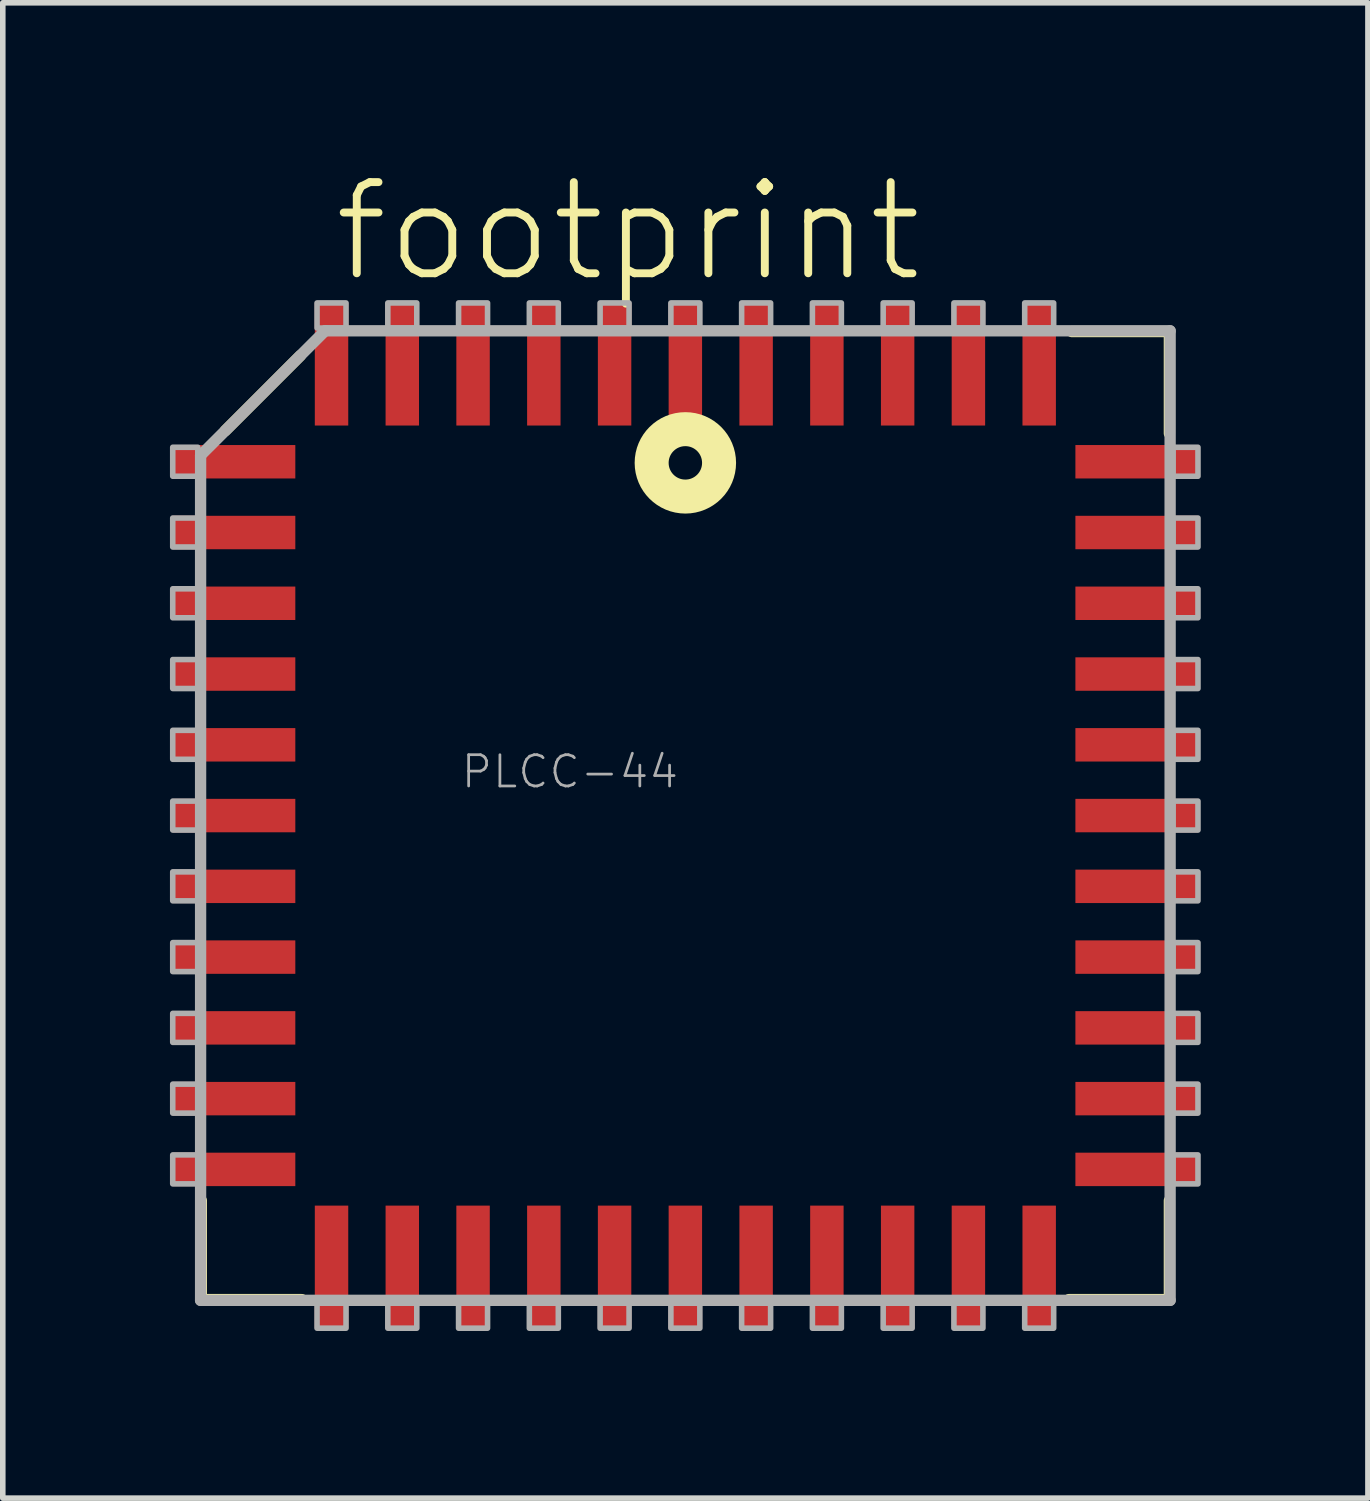
<source format=kicad_pcb>
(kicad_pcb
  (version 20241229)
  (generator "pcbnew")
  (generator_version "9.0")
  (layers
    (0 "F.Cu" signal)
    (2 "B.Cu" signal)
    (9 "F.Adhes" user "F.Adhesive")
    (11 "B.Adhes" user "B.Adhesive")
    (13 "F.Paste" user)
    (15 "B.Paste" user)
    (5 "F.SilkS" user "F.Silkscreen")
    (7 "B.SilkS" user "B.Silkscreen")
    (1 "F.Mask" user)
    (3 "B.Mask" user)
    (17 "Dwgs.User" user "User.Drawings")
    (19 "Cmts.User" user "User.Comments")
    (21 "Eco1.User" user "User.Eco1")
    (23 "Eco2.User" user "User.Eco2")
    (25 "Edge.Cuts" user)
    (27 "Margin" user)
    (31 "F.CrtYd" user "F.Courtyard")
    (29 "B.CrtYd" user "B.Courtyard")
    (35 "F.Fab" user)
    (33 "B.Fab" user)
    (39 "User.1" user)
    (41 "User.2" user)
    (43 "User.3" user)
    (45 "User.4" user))
  (footprint "footprint"
    (layer "F.Cu")
    (at 9.25 11.587)
    (property "Reference" "footprint" (at -6.38 -9.525 0) (layer "F.SilkS") (effects (font (size 1.636 1.636) (thickness 0.142)) (justify left bottom)))
    (fp_line (start -8.687 6.909) (end -8.687 8.687) (stroke (width 0.203) (type solid)) (layer "F.SilkS"))
    (fp_line (start -8.687 8.687) (end -6.883 8.687) (stroke (width 0.203) (type solid)) (layer "F.SilkS"))
    (fp_line (start -8.255 -6.909) (end -6.909 -8.255) (stroke (width 0.203) (type solid)) (layer "F.SilkS"))
    (fp_line (start 6.883 8.687) (end 8.687 8.687) (stroke (width 0.203) (type solid)) (layer "F.SilkS"))
    (fp_line (start 8.687 -8.687) (end 6.934 -8.687) (stroke (width 0.203) (type solid)) (layer "F.SilkS"))
    (fp_line (start 8.687 -6.858) (end 8.687 -8.687) (stroke (width 0.203) (type solid)) (layer "F.SilkS"))
    (fp_line (start 8.687 8.687) (end 8.687 6.909) (stroke (width 0.203) (type solid)) (layer "F.SilkS"))
    (fp_circle (center 0 -6.33) (end 0.3 -6.33) (stroke (width 0.61) (type solid)) (fill no) (layer "F.SilkS"))
    (fp_line (start -8.7 -6.465) (end -8.7 8.7) (stroke (width 0.203) (type solid)) (layer "F.Fab"))
    (fp_line (start -8.7 8.7) (end 8.7 8.7) (stroke (width 0.203) (type solid)) (layer "F.Fab"))
    (fp_line (start -6.465 -8.7) (end -8.7 -6.465) (stroke (width 0.203) (type solid)) (layer "F.Fab"))
    (fp_line (start 8.7 -8.7) (end -6.465 -8.7) (stroke (width 0.203) (type solid)) (layer "F.Fab"))
    (fp_line (start 8.7 8.7) (end 8.7 -8.7) (stroke (width 0.203) (type solid)) (layer "F.Fab"))
    (fp_poly (pts (xy -9.2 -6.09) (xy -8.75 -6.09) (xy -8.75 -6.61) (xy -9.2 -6.61)) (stroke (width 0.1) (type solid)) (fill no) (layer "F.Fab"))
    (fp_poly (pts (xy -9.2 -4.82) (xy -8.75 -4.82) (xy -8.75 -5.34) (xy -9.2 -5.34)) (stroke (width 0.1) (type solid)) (fill no) (layer "F.Fab"))
    (fp_poly (pts (xy -9.2 -3.55) (xy -8.75 -3.55) (xy -8.75 -4.07) (xy -9.2 -4.07)) (stroke (width 0.1) (type solid)) (fill no) (layer "F.Fab"))
    (fp_poly (pts (xy -9.2 -2.28) (xy -8.75 -2.28) (xy -8.75 -2.8) (xy -9.2 -2.8)) (stroke (width 0.1) (type solid)) (fill no) (layer "F.Fab"))
    (fp_poly (pts (xy -9.2 -1.01) (xy -8.75 -1.01) (xy -8.75 -1.53) (xy -9.2 -1.53)) (stroke (width 0.1) (type solid)) (fill no) (layer "F.Fab"))
    (fp_poly (pts (xy -9.2 0.26) (xy -8.75 0.26) (xy -8.75 -0.26) (xy -9.2 -0.26)) (stroke (width 0.1) (type solid)) (fill no) (layer "F.Fab"))
    (fp_poly (pts (xy -9.2 1.53) (xy -8.75 1.53) (xy -8.75 1.01) (xy -9.2 1.01)) (stroke (width 0.1) (type solid)) (fill no) (layer "F.Fab"))
    (fp_poly (pts (xy -9.2 2.8) (xy -8.75 2.8) (xy -8.75 2.28) (xy -9.2 2.28)) (stroke (width 0.1) (type solid)) (fill no) (layer "F.Fab"))
    (fp_poly (pts (xy -9.2 4.07) (xy -8.75 4.07) (xy -8.75 3.55) (xy -9.2 3.55)) (stroke (width 0.1) (type solid)) (fill no) (layer "F.Fab"))
    (fp_poly (pts (xy -9.2 5.34) (xy -8.75 5.34) (xy -8.75 4.82) (xy -9.2 4.82)) (stroke (width 0.1) (type solid)) (fill no) (layer "F.Fab"))
    (fp_poly (pts (xy -9.2 6.61) (xy -8.75 6.61) (xy -8.75 6.09) (xy -9.2 6.09)) (stroke (width 0.1) (type solid)) (fill no) (layer "F.Fab"))
    (fp_poly (pts (xy -6.61 -8.75) (xy -6.09 -8.75) (xy -6.09 -9.2) (xy -6.61 -9.2)) (stroke (width 0.1) (type solid)) (fill no) (layer "F.Fab"))
    (fp_poly (pts (xy -6.61 9.2) (xy -6.09 9.2) (xy -6.09 8.75) (xy -6.61 8.75)) (stroke (width 0.1) (type solid)) (fill no) (layer "F.Fab"))
    (fp_poly (pts (xy -5.34 -8.75) (xy -4.82 -8.75) (xy -4.82 -9.2) (xy -5.34 -9.2)) (stroke (width 0.1) (type solid)) (fill no) (layer "F.Fab"))
    (fp_poly (pts (xy -5.34 9.2) (xy -4.82 9.2) (xy -4.82 8.75) (xy -5.34 8.75)) (stroke (width 0.1) (type solid)) (fill no) (layer "F.Fab"))
    (fp_poly (pts (xy -4.07 -8.75) (xy -3.55 -8.75) (xy -3.55 -9.2) (xy -4.07 -9.2)) (stroke (width 0.1) (type solid)) (fill no) (layer "F.Fab"))
    (fp_poly (pts (xy -4.07 9.2) (xy -3.55 9.2) (xy -3.55 8.75) (xy -4.07 8.75)) (stroke (width 0.1) (type solid)) (fill no) (layer "F.Fab"))
    (fp_poly (pts (xy -2.8 -8.75) (xy -2.28 -8.75) (xy -2.28 -9.2) (xy -2.8 -9.2)) (stroke (width 0.1) (type solid)) (fill no) (layer "F.Fab"))
    (fp_poly (pts (xy -2.8 9.2) (xy -2.28 9.2) (xy -2.28 8.75) (xy -2.8 8.75)) (stroke (width 0.1) (type solid)) (fill no) (layer "F.Fab"))
    (fp_poly (pts (xy -1.53 -8.75) (xy -1.01 -8.75) (xy -1.01 -9.2) (xy -1.53 -9.2)) (stroke (width 0.1) (type solid)) (fill no) (layer "F.Fab"))
    (fp_poly (pts (xy -1.53 9.2) (xy -1.01 9.2) (xy -1.01 8.75) (xy -1.53 8.75)) (stroke (width 0.1) (type solid)) (fill no) (layer "F.Fab"))
    (fp_poly (pts (xy -0.26 -8.75) (xy 0.26 -8.75) (xy 0.26 -9.2) (xy -0.26 -9.2)) (stroke (width 0.1) (type solid)) (fill no) (layer "F.Fab"))
    (fp_poly (pts (xy -0.26 9.2) (xy 0.26 9.2) (xy 0.26 8.75) (xy -0.26 8.75)) (stroke (width 0.1) (type solid)) (fill no) (layer "F.Fab"))
    (fp_poly (pts (xy 1.01 -8.75) (xy 1.53 -8.75) (xy 1.53 -9.2) (xy 1.01 -9.2)) (stroke (width 0.1) (type solid)) (fill no) (layer "F.Fab"))
    (fp_poly (pts (xy 1.01 9.2) (xy 1.53 9.2) (xy 1.53 8.75) (xy 1.01 8.75)) (stroke (width 0.1) (type solid)) (fill no) (layer "F.Fab"))
    (fp_poly (pts (xy 2.28 -8.75) (xy 2.8 -8.75) (xy 2.8 -9.2) (xy 2.28 -9.2)) (stroke (width 0.1) (type solid)) (fill no) (layer "F.Fab"))
    (fp_poly (pts (xy 2.28 9.2) (xy 2.8 9.2) (xy 2.8 8.75) (xy 2.28 8.75)) (stroke (width 0.1) (type solid)) (fill no) (layer "F.Fab"))
    (fp_poly (pts (xy 3.55 -8.75) (xy 4.07 -8.75) (xy 4.07 -9.2) (xy 3.55 -9.2)) (stroke (width 0.1) (type solid)) (fill no) (layer "F.Fab"))
    (fp_poly (pts (xy 3.55 9.2) (xy 4.07 9.2) (xy 4.07 8.75) (xy 3.55 8.75)) (stroke (width 0.1) (type solid)) (fill no) (layer "F.Fab"))
    (fp_poly (pts (xy 4.82 -8.75) (xy 5.34 -8.75) (xy 5.34 -9.2) (xy 4.82 -9.2)) (stroke (width 0.1) (type solid)) (fill no) (layer "F.Fab"))
    (fp_poly (pts (xy 4.82 9.2) (xy 5.34 9.2) (xy 5.34 8.75) (xy 4.82 8.75)) (stroke (width 0.1) (type solid)) (fill no) (layer "F.Fab"))
    (fp_poly (pts (xy 6.09 -8.75) (xy 6.61 -8.75) (xy 6.61 -9.2) (xy 6.09 -9.2)) (stroke (width 0.1) (type solid)) (fill no) (layer "F.Fab"))
    (fp_poly (pts (xy 6.09 9.2) (xy 6.61 9.2) (xy 6.61 8.75) (xy 6.09 8.75)) (stroke (width 0.1) (type solid)) (fill no) (layer "F.Fab"))
    (fp_poly (pts (xy 8.75 -6.09) (xy 9.2 -6.09) (xy 9.2 -6.61) (xy 8.75 -6.61)) (stroke (width 0.1) (type solid)) (fill no) (layer "F.Fab"))
    (fp_poly (pts (xy 8.75 -4.82) (xy 9.2 -4.82) (xy 9.2 -5.34) (xy 8.75 -5.34)) (stroke (width 0.1) (type solid)) (fill no) (layer "F.Fab"))
    (fp_poly (pts (xy 8.75 -3.55) (xy 9.2 -3.55) (xy 9.2 -4.07) (xy 8.75 -4.07)) (stroke (width 0.1) (type solid)) (fill no) (layer "F.Fab"))
    (fp_poly (pts (xy 8.75 -2.28) (xy 9.2 -2.28) (xy 9.2 -2.8) (xy 8.75 -2.8)) (stroke (width 0.1) (type solid)) (fill no) (layer "F.Fab"))
    (fp_poly (pts (xy 8.75 -1.01) (xy 9.2 -1.01) (xy 9.2 -1.53) (xy 8.75 -1.53)) (stroke (width 0.1) (type solid)) (fill no) (layer "F.Fab"))
    (fp_poly (pts (xy 8.75 0.26) (xy 9.2 0.26) (xy 9.2 -0.26) (xy 8.75 -0.26)) (stroke (width 0.1) (type solid)) (fill no) (layer "F.Fab"))
    (fp_poly (pts (xy 8.75 1.53) (xy 9.2 1.53) (xy 9.2 1.01) (xy 8.75 1.01)) (stroke (width 0.1) (type solid)) (fill no) (layer "F.Fab"))
    (fp_poly (pts (xy 8.75 2.8) (xy 9.2 2.8) (xy 9.2 2.28) (xy 8.75 2.28)) (stroke (width 0.1) (type solid)) (fill no) (layer "F.Fab"))
    (fp_poly (pts (xy 8.75 4.07) (xy 9.2 4.07) (xy 9.2 3.55) (xy 8.75 3.55)) (stroke (width 0.1) (type solid)) (fill no) (layer "F.Fab"))
    (fp_poly (pts (xy 8.75 5.34) (xy 9.2 5.34) (xy 9.2 4.82) (xy 8.75 4.82)) (stroke (width 0.1) (type solid)) (fill no) (layer "F.Fab"))
    (fp_poly (pts (xy 8.75 6.61) (xy 9.2 6.61) (xy 9.2 6.09) (xy 8.75 6.09)) (stroke (width 0.1) (type solid)) (fill no) (layer "F.Fab"))
    (fp_text user "PLCC-44" (at -4.055 -0.46 0) (layer "F.Fab") (effects (font (size 0.561 0.561) (thickness 0.049)) (justify left bottom)))
    (pad "1" smd rect (at 0 -8.1) (size 0.6 2.2) (layers "F.Cu" "F.Mask" "F.Paste"))
    (pad "2" smd rect (at -1.27 -8.1) (size 0.6 2.2) (layers "F.Cu" "F.Mask" "F.Paste"))
    (pad "3" smd rect (at -2.54 -8.1) (size 0.6 2.2) (layers "F.Cu" "F.Mask" "F.Paste"))
    (pad "4" smd rect (at -3.81 -8.1) (size 0.6 2.2) (layers "F.Cu" "F.Mask" "F.Paste"))
    (pad "5" smd rect (at -5.08 -8.1) (size 0.6 2.2) (layers "F.Cu" "F.Mask" "F.Paste"))
    (pad "6" smd rect (at -6.35 -8.1) (size 0.6 2.2) (layers "F.Cu" "F.Mask" "F.Paste"))
    (pad "7" smd rect (at -8.1 -6.35) (size 2.2 0.6) (layers "F.Cu" "F.Mask" "F.Paste"))
    (pad "8" smd rect (at -8.1 -5.08) (size 2.2 0.6) (layers "F.Cu" "F.Mask" "F.Paste"))
    (pad "9" smd rect (at -8.1 -3.81) (size 2.2 0.6) (layers "F.Cu" "F.Mask" "F.Paste"))
    (pad "10" smd rect (at -8.1 -2.54) (size 2.2 0.6) (layers "F.Cu" "F.Mask" "F.Paste"))
    (pad "11" smd rect (at -8.1 -1.27) (size 2.2 0.6) (layers "F.Cu" "F.Mask" "F.Paste"))
    (pad "12" smd rect (at -8.1 0) (size 2.2 0.6) (layers "F.Cu" "F.Mask" "F.Paste"))
    (pad "13" smd rect (at -8.1 1.27) (size 2.2 0.6) (layers "F.Cu" "F.Mask" "F.Paste"))
    (pad "14" smd rect (at -8.1 2.54) (size 2.2 0.6) (layers "F.Cu" "F.Mask" "F.Paste"))
    (pad "15" smd rect (at -8.1 3.81) (size 2.2 0.6) (layers "F.Cu" "F.Mask" "F.Paste"))
    (pad "16" smd rect (at -8.1 5.08) (size 2.2 0.6) (layers "F.Cu" "F.Mask" "F.Paste"))
    (pad "17" smd rect (at -8.1 6.35) (size 2.2 0.6) (layers "F.Cu" "F.Mask" "F.Paste"))
    (pad "18" smd rect (at -6.35 8.1) (size 0.6 2.2) (layers "F.Cu" "F.Mask" "F.Paste"))
    (pad "19" smd rect (at -5.08 8.1) (size 0.6 2.2) (layers "F.Cu" "F.Mask" "F.Paste"))
    (pad "20" smd rect (at -3.81 8.1) (size 0.6 2.2) (layers "F.Cu" "F.Mask" "F.Paste"))
    (pad "21" smd rect (at -2.54 8.1) (size 0.6 2.2) (layers "F.Cu" "F.Mask" "F.Paste"))
    (pad "22" smd rect (at -1.27 8.1) (size 0.6 2.2) (layers "F.Cu" "F.Mask" "F.Paste"))
    (pad "23" smd rect (at 0 8.1) (size 0.6 2.2) (layers "F.Cu" "F.Mask" "F.Paste"))
    (pad "24" smd rect (at 1.27 8.1) (size 0.6 2.2) (layers "F.Cu" "F.Mask" "F.Paste"))
    (pad "25" smd rect (at 2.54 8.1) (size 0.6 2.2) (layers "F.Cu" "F.Mask" "F.Paste"))
    (pad "26" smd rect (at 3.81 8.1) (size 0.6 2.2) (layers "F.Cu" "F.Mask" "F.Paste"))
    (pad "27" smd rect (at 5.08 8.1) (size 0.6 2.2) (layers "F.Cu" "F.Mask" "F.Paste"))
    (pad "28" smd rect (at 6.35 8.1) (size 0.6 2.2) (layers "F.Cu" "F.Mask" "F.Paste"))
    (pad "29" smd rect (at 8.1 6.35) (size 2.2 0.6) (layers "F.Cu" "F.Mask" "F.Paste"))
    (pad "30" smd rect (at 8.1 5.08) (size 2.2 0.6) (layers "F.Cu" "F.Mask" "F.Paste"))
    (pad "31" smd rect (at 8.1 3.81) (size 2.2 0.6) (layers "F.Cu" "F.Mask" "F.Paste"))
    (pad "32" smd rect (at 8.1 2.54) (size 2.2 0.6) (layers "F.Cu" "F.Mask" "F.Paste"))
    (pad "33" smd rect (at 8.1 1.27) (size 2.2 0.6) (layers "F.Cu" "F.Mask" "F.Paste"))
    (pad "34" smd rect (at 8.1 0) (size 2.2 0.6) (layers "F.Cu" "F.Mask" "F.Paste"))
    (pad "35" smd rect (at 8.1 -1.27) (size 2.2 0.6) (layers "F.Cu" "F.Mask" "F.Paste"))
    (pad "36" smd rect (at 8.1 -2.54) (size 2.2 0.6) (layers "F.Cu" "F.Mask" "F.Paste"))
    (pad "37" smd rect (at 8.1 -3.81) (size 2.2 0.6) (layers "F.Cu" "F.Mask" "F.Paste"))
    (pad "38" smd rect (at 8.1 -5.08) (size 2.2 0.6) (layers "F.Cu" "F.Mask" "F.Paste"))
    (pad "39" smd rect (at 8.1 -6.35) (size 2.2 0.6) (layers "F.Cu" "F.Mask" "F.Paste"))
    (pad "40" smd rect (at 6.35 -8.1) (size 0.6 2.2) (layers "F.Cu" "F.Mask" "F.Paste"))
    (pad "41" smd rect (at 5.08 -8.1) (size 0.6 2.2) (layers "F.Cu" "F.Mask" "F.Paste"))
    (pad "42" smd rect (at 3.81 -8.1) (size 0.6 2.2) (layers "F.Cu" "F.Mask" "F.Paste"))
    (pad "43" smd rect (at 2.54 -8.1) (size 0.6 2.2) (layers "F.Cu" "F.Mask" "F.Paste"))
    (pad "44" smd rect (at 1.27 -8.1) (size 0.6 2.2) (layers "F.Cu" "F.Mask" "F.Paste")))
  (gr_rect
    (start -3 -3)
    (end 21.5 23.837)
    (stroke (width 0.1) (type default))
    (fill no)
    (layer "Edge.Cuts")))
</source>
